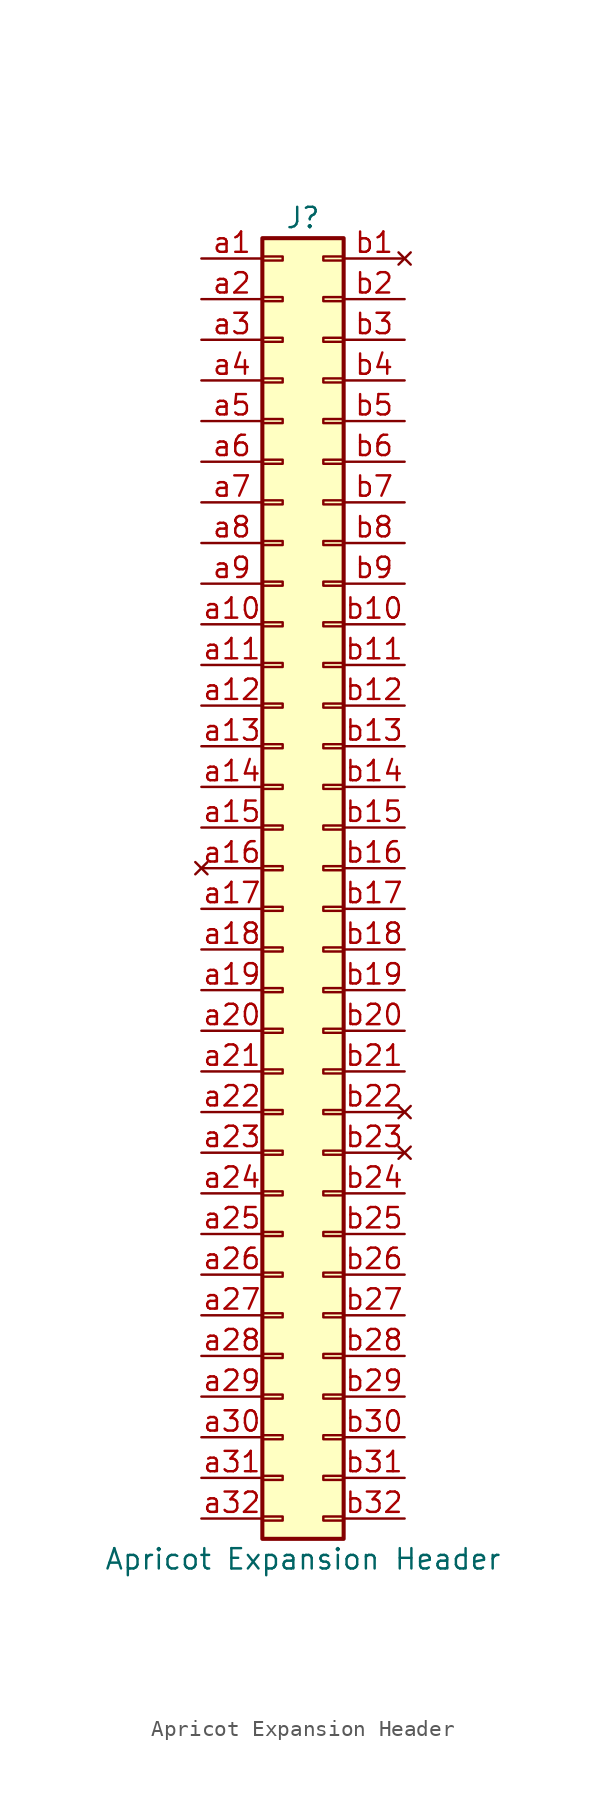
<source format=kicad_sym>
(kicad_symbol_lib
  (version 20211014)
  (generator kicad_symbol_editor)
  (symbol "Apricot Expansion Header"
    (pin_names
      (offset 1.016) hide)
    (property "Reference" "J"
      (at 1.27 40.64 0)
      (effects (font (size 1.27 1.27))))
    (property "Value" "Apricot Expansion Header"
      (at 1.27 -43.18 0)
      (effects (font (size 1.27 1.27))))
    (symbol "Apricot Expansion Header_1_1"
      (rectangle (start -1.27 -40.513) (end 0 -40.767) (stroke (width 0.152) (type default) (color 0 0 0 0)) (fill (type none)))
      (rectangle (start -1.27 -37.973) (end 0 -38.227) (stroke (width 0.152) (type default) (color 0 0 0 0)) (fill (type none)))
      (rectangle (start -1.27 -35.433) (end 0 -35.687) (stroke (width 0.152) (type default) (color 0 0 0 0)) (fill (type none)))
      (rectangle (start -1.27 -32.893) (end 0 -33.147) (stroke (width 0.152) (type default) (color 0 0 0 0)) (fill (type none)))
      (rectangle (start -1.27 -30.353) (end 0 -30.607) (stroke (width 0.152) (type default) (color 0 0 0 0)) (fill (type none)))
      (rectangle (start -1.27 -27.813) (end 0 -28.067) (stroke (width 0.152) (type default) (color 0 0 0 0)) (fill (type none)))
      (rectangle (start -1.27 -25.273) (end 0 -25.527) (stroke (width 0.152) (type default) (color 0 0 0 0)) (fill (type none)))
      (rectangle (start -1.27 -22.733) (end 0 -22.987) (stroke (width 0.152) (type default) (color 0 0 0 0)) (fill (type none)))
      (rectangle (start -1.27 -20.193) (end 0 -20.447) (stroke (width 0.152) (type default) (color 0 0 0 0)) (fill (type none)))
      (rectangle (start -1.27 -17.653) (end 0 -17.907) (stroke (width 0.152) (type default) (color 0 0 0 0)) (fill (type none)))
      (rectangle (start -1.27 -15.113) (end 0 -15.367) (stroke (width 0.152) (type default) (color 0 0 0 0)) (fill (type none)))
      (rectangle (start -1.27 -12.573) (end 0 -12.827) (stroke (width 0.152) (type default) (color 0 0 0 0)) (fill (type none)))
      (rectangle (start -1.27 -10.033) (end 0 -10.287) (stroke (width 0.152) (type default) (color 0 0 0 0)) (fill (type none)))
      (rectangle (start -1.27 -7.493) (end 0 -7.747) (stroke (width 0.152) (type default) (color 0 0 0 0)) (fill (type none)))
      (rectangle (start -1.27 -4.953) (end 0 -5.207) (stroke (width 0.152) (type default) (color 0 0 0 0)) (fill (type none)))
      (rectangle (start -1.27 -2.413) (end 0 -2.667) (stroke (width 0.152) (type default) (color 0 0 0 0)) (fill (type none)))
      (rectangle (start -1.27 0.127) (end 0 -0.127) (stroke (width 0.152) (type default) (color 0 0 0 0)) (fill (type none)))
      (rectangle (start -1.27 2.667) (end 0 2.413) (stroke (width 0.152) (type default) (color 0 0 0 0)) (fill (type none)))
      (rectangle (start -1.27 5.207) (end 0 4.953) (stroke (width 0.152) (type default) (color 0 0 0 0)) (fill (type none)))
      (rectangle (start -1.27 7.747) (end 0 7.493) (stroke (width 0.152) (type default) (color 0 0 0 0)) (fill (type none)))
      (rectangle (start -1.27 10.287) (end 0 10.033) (stroke (width 0.152) (type default) (color 0 0 0 0)) (fill (type none)))
      (rectangle (start -1.27 12.827) (end 0 12.573) (stroke (width 0.152) (type default) (color 0 0 0 0)) (fill (type none)))
      (rectangle (start -1.27 15.367) (end 0 15.113) (stroke (width 0.152) (type default) (color 0 0 0 0)) (fill (type none)))
      (rectangle (start -1.27 17.907) (end 0 17.653) (stroke (width 0.152) (type default) (color 0 0 0 0)) (fill (type none)))
      (rectangle (start -1.27 20.447) (end 0 20.193) (stroke (width 0.152) (type default) (color 0 0 0 0)) (fill (type none)))
      (rectangle (start -1.27 22.987) (end 0 22.733) (stroke (width 0.152) (type default) (color 0 0 0 0)) (fill (type none)))
      (rectangle (start -1.27 25.527) (end 0 25.273) (stroke (width 0.152) (type default) (color 0 0 0 0)) (fill (type none)))
      (rectangle (start -1.27 28.067) (end 0 27.813) (stroke (width 0.152) (type default) (color 0 0 0 0)) (fill (type none)))
      (rectangle (start -1.27 30.607) (end 0 30.353) (stroke (width 0.152) (type default) (color 0 0 0 0)) (fill (type none)))
      (rectangle (start -1.27 33.147) (end 0 32.893) (stroke (width 0.152) (type default) (color 0 0 0 0)) (fill (type none)))
      (rectangle (start -1.27 35.687) (end 0 35.433) (stroke (width 0.152) (type default) (color 0 0 0 0)) (fill (type none)))
      (rectangle (start -1.27 38.227) (end 0 37.973) (stroke (width 0.152) (type default) (color 0 0 0 0)) (fill (type none)))
      (rectangle (start -1.27 39.37) (end 3.81 -41.91) (stroke (width 0.254) (type default) (color 0 0 0 0)) (fill (type background)))
      (rectangle (start 3.81 -40.513) (end 2.54 -40.767) (stroke (width 0.152) (type default) (color 0 0 0 0)) (fill (type none)))
      (rectangle (start 3.81 -37.973) (end 2.54 -38.227) (stroke (width 0.152) (type default) (color 0 0 0 0)) (fill (type none)))
      (rectangle (start 3.81 -35.433) (end 2.54 -35.687) (stroke (width 0.152) (type default) (color 0 0 0 0)) (fill (type none)))
      (rectangle (start 3.81 -32.893) (end 2.54 -33.147) (stroke (width 0.152) (type default) (color 0 0 0 0)) (fill (type none)))
      (rectangle (start 3.81 -30.353) (end 2.54 -30.607) (stroke (width 0.152) (type default) (color 0 0 0 0)) (fill (type none)))
      (rectangle (start 3.81 -27.813) (end 2.54 -28.067) (stroke (width 0.152) (type default) (color 0 0 0 0)) (fill (type none)))
      (rectangle (start 3.81 -25.273) (end 2.54 -25.527) (stroke (width 0.152) (type default) (color 0 0 0 0)) (fill (type none)))
      (rectangle (start 3.81 -22.733) (end 2.54 -22.987) (stroke (width 0.152) (type default) (color 0 0 0 0)) (fill (type none)))
      (rectangle (start 3.81 -20.193) (end 2.54 -20.447) (stroke (width 0.152) (type default) (color 0 0 0 0)) (fill (type none)))
      (rectangle (start 3.81 -17.653) (end 2.54 -17.907) (stroke (width 0.152) (type default) (color 0 0 0 0)) (fill (type none)))
      (rectangle (start 3.81 -15.113) (end 2.54 -15.367) (stroke (width 0.152) (type default) (color 0 0 0 0)) (fill (type none)))
      (rectangle (start 3.81 -12.573) (end 2.54 -12.827) (stroke (width 0.152) (type default) (color 0 0 0 0)) (fill (type none)))
      (rectangle (start 3.81 -10.033) (end 2.54 -10.287) (stroke (width 0.152) (type default) (color 0 0 0 0)) (fill (type none)))
      (rectangle (start 3.81 -7.493) (end 2.54 -7.747) (stroke (width 0.152) (type default) (color 0 0 0 0)) (fill (type none)))
      (rectangle (start 3.81 -4.953) (end 2.54 -5.207) (stroke (width 0.152) (type default) (color 0 0 0 0)) (fill (type none)))
      (rectangle (start 3.81 -2.413) (end 2.54 -2.667) (stroke (width 0.152) (type default) (color 0 0 0 0)) (fill (type none)))
      (rectangle (start 3.81 0.127) (end 2.54 -0.127) (stroke (width 0.152) (type default) (color 0 0 0 0)) (fill (type none)))
      (rectangle (start 3.81 2.667) (end 2.54 2.413) (stroke (width 0.152) (type default) (color 0 0 0 0)) (fill (type none)))
      (rectangle (start 3.81 5.207) (end 2.54 4.953) (stroke (width 0.152) (type default) (color 0 0 0 0)) (fill (type none)))
      (rectangle (start 3.81 7.747) (end 2.54 7.493) (stroke (width 0.152) (type default) (color 0 0 0 0)) (fill (type none)))
      (rectangle (start 3.81 10.287) (end 2.54 10.033) (stroke (width 0.152) (type default) (color 0 0 0 0)) (fill (type none)))
      (rectangle (start 3.81 12.827) (end 2.54 12.573) (stroke (width 0.152) (type default) (color 0 0 0 0)) (fill (type none)))
      (rectangle (start 3.81 15.367) (end 2.54 15.113) (stroke (width 0.152) (type default) (color 0 0 0 0)) (fill (type none)))
      (rectangle (start 3.81 17.907) (end 2.54 17.653) (stroke (width 0.152) (type default) (color 0 0 0 0)) (fill (type none)))
      (rectangle (start 3.81 20.447) (end 2.54 20.193) (stroke (width 0.152) (type default) (color 0 0 0 0)) (fill (type none)))
      (rectangle (start 3.81 22.987) (end 2.54 22.733) (stroke (width 0.152) (type default) (color 0 0 0 0)) (fill (type none)))
      (rectangle (start 3.81 25.527) (end 2.54 25.273) (stroke (width 0.152) (type default) (color 0 0 0 0)) (fill (type none)))
      (rectangle (start 3.81 28.067) (end 2.54 27.813) (stroke (width 0.152) (type default) (color 0 0 0 0)) (fill (type none)))
      (rectangle (start 3.81 30.607) (end 2.54 30.353) (stroke (width 0.152) (type default) (color 0 0 0 0)) (fill (type none)))
      (rectangle (start 3.81 33.147) (end 2.54 32.893) (stroke (width 0.152) (type default) (color 0 0 0 0)) (fill (type none)))
      (rectangle (start 3.81 35.687) (end 2.54 35.433) (stroke (width 0.152) (type default) (color 0 0 0 0)) (fill (type none)))
      (rectangle (start 3.81 38.227) (end 2.54 37.973) (stroke (width 0.152) (type default) (color 0 0 0 0)) (fill (type none)))
      (pin passive line (at -5.08 38.1 0) (length 3.81) (name "Pin_a1" (effects (font (size 1.27 1.27)))) (number "a1" (effects (font (size 1.27 1.27)))))
      (pin passive line (at -5.08 15.24 0) (length 3.81) (name "Pin_a10" (effects (font (size 1.27 1.27)))) (number "a10" (effects (font (size 1.27 1.27)))))
      (pin passive line (at -5.08 12.7 0) (length 3.81) (name "Pin_a11" (effects (font (size 1.27 1.27)))) (number "a11" (effects (font (size 1.27 1.27)))))
      (pin passive line (at -5.08 10.16 0) (length 3.81) (name "Pin_a12" (effects (font (size 1.27 1.27)))) (number "a12" (effects (font (size 1.27 1.27)))))
      (pin passive line (at -5.08 7.62 0) (length 3.81) (name "Pin_a13" (effects (font (size 1.27 1.27)))) (number "a13" (effects (font (size 1.27 1.27)))))
      (pin passive line (at -5.08 5.08 0) (length 3.81) (name "Pin_a14" (effects (font (size 1.27 1.27)))) (number "a14" (effects (font (size 1.27 1.27)))))
      (pin passive line (at -5.08 2.54 0) (length 3.81) (name "Pin_a15" (effects (font (size 1.27 1.27)))) (number "a15" (effects (font (size 1.27 1.27)))))
      (pin no_connect line (at -5.08 0 0) (length 3.81) (name "Pin_a16" (effects (font (size 1.27 1.27)))) (number "a16" (effects (font (size 1.27 1.27)))))
      (pin passive line (at -5.08 -2.54 0) (length 3.81) (name "Pin_a17" (effects (font (size 1.27 1.27)))) (number "a17" (effects (font (size 1.27 1.27)))))
      (pin power_out line (at -5.08 -5.08 0) (length 3.81) (name "Pin_a18" (effects (font (size 1.27 1.27)))) (number "a18" (effects (font (size 1.27 1.27)))))
      (pin passive line (at -5.08 -7.62 0) (length 3.81) (name "Pin_a19" (effects (font (size 1.27 1.27)))) (number "a19" (effects (font (size 1.27 1.27)))))
      (pin passive line (at -5.08 35.56 0) (length 3.81) (name "Pin_a2" (effects (font (size 1.27 1.27)))) (number "a2" (effects (font (size 1.27 1.27)))))
      (pin passive line (at -5.08 -10.16 0) (length 3.81) (name "Pin_a20" (effects (font (size 1.27 1.27)))) (number "a20" (effects (font (size 1.27 1.27)))))
      (pin passive line (at -5.08 -12.7 0) (length 3.81) (name "Pin_a21" (effects (font (size 1.27 1.27)))) (number "a21" (effects (font (size 1.27 1.27)))))
      (pin passive line (at -5.08 -15.24 0) (length 3.81) (name "Pin_a22" (effects (font (size 1.27 1.27)))) (number "a22" (effects (font (size 1.27 1.27)))))
      (pin passive line (at -5.08 -17.78 0) (length 3.81) (name "Pin_a23" (effects (font (size 1.27 1.27)))) (number "a23" (effects (font (size 1.27 1.27)))))
      (pin passive line (at -5.08 -20.32 0) (length 3.81) (name "Pin_a24" (effects (font (size 1.27 1.27)))) (number "a24" (effects (font (size 1.27 1.27)))))
      (pin passive line (at -5.08 -22.86 0) (length 3.81) (name "Pin_a25" (effects (font (size 1.27 1.27)))) (number "a25" (effects (font (size 1.27 1.27)))))
      (pin passive line (at -5.08 -25.4 0) (length 3.81) (name "Pin_a26" (effects (font (size 1.27 1.27)))) (number "a26" (effects (font (size 1.27 1.27)))))
      (pin passive line (at -5.08 -27.94 0) (length 3.81) (name "Pin_a27" (effects (font (size 1.27 1.27)))) (number "a27" (effects (font (size 1.27 1.27)))))
      (pin passive line (at -5.08 -30.48 0) (length 3.81) (name "Pin_a28" (effects (font (size 1.27 1.27)))) (number "a28" (effects (font (size 1.27 1.27)))))
      (pin passive line (at -5.08 -33.02 0) (length 3.81) (name "Pin_a29" (effects (font (size 1.27 1.27)))) (number "a29" (effects (font (size 1.27 1.27)))))
      (pin passive line (at -5.08 33.02 0) (length 3.81) (name "Pin_a3" (effects (font (size 1.27 1.27)))) (number "a3" (effects (font (size 1.27 1.27)))))
      (pin passive line (at -5.08 -35.56 0) (length 3.81) (name "Pin_a30" (effects (font (size 1.27 1.27)))) (number "a30" (effects (font (size 1.27 1.27)))))
      (pin power_out line (at -5.08 -38.1 0) (length 3.81) (name "Pin_a31" (effects (font (size 1.27 1.27)))) (number "a31" (effects (font (size 1.27 1.27)))))
      (pin power_out line (at -5.08 -40.64 0) (length 3.81) (name "Pin_a32" (effects (font (size 1.27 1.27)))) (number "a32" (effects (font (size 1.27 1.27)))))
      (pin passive line (at -5.08 30.48 0) (length 3.81) (name "Pin_a4" (effects (font (size 1.27 1.27)))) (number "a4" (effects (font (size 1.27 1.27)))))
      (pin passive line (at -5.08 27.94 0) (length 3.81) (name "Pin_a5" (effects (font (size 1.27 1.27)))) (number "a5" (effects (font (size 1.27 1.27)))))
      (pin passive line (at -5.08 25.4 0) (length 3.81) (name "Pin_a6" (effects (font (size 1.27 1.27)))) (number "a6" (effects (font (size 1.27 1.27)))))
      (pin passive line (at -5.08 22.86 0) (length 3.81) (name "Pin_a7" (effects (font (size 1.27 1.27)))) (number "a7" (effects (font (size 1.27 1.27)))))
      (pin passive line (at -5.08 20.32 0) (length 3.81) (name "Pin_a8" (effects (font (size 1.27 1.27)))) (number "a8" (effects (font (size 1.27 1.27)))))
      (pin passive line (at -5.08 17.78 0) (length 3.81) (name "Pin_a9" (effects (font (size 1.27 1.27)))) (number "a9" (effects (font (size 1.27 1.27)))))
      (pin no_connect line (at 7.62 38.1 180) (length 3.81) (name "Pin_b1" (effects (font (size 1.27 1.27)))) (number "b1" (effects (font (size 1.27 1.27)))))
      (pin passive line (at 7.62 15.24 180) (length 3.81) (name "Pin_b10" (effects (font (size 1.27 1.27)))) (number "b10" (effects (font (size 1.27 1.27)))))
      (pin passive line (at 7.62 12.7 180) (length 3.81) (name "Pin_b11" (effects (font (size 1.27 1.27)))) (number "b11" (effects (font (size 1.27 1.27)))))
      (pin passive line (at 7.62 10.16 180) (length 3.81) (name "Pin_b12" (effects (font (size 1.27 1.27)))) (number "b12" (effects (font (size 1.27 1.27)))))
      (pin passive line (at 7.62 7.62 180) (length 3.81) (name "Pin_b13" (effects (font (size 1.27 1.27)))) (number "b13" (effects (font (size 1.27 1.27)))))
      (pin passive line (at 7.62 5.08 180) (length 3.81) (name "Pin_b14" (effects (font (size 1.27 1.27)))) (number "b14" (effects (font (size 1.27 1.27)))))
      (pin passive line (at 7.62 2.54 180) (length 3.81) (name "Pin_b15" (effects (font (size 1.27 1.27)))) (number "b15" (effects (font (size 1.27 1.27)))))
      (pin passive line (at 7.62 0 180) (length 3.81) (name "Pin_b16" (effects (font (size 1.27 1.27)))) (number "b16" (effects (font (size 1.27 1.27)))))
      (pin passive line (at 7.62 -2.54 180) (length 3.81) (name "Pin_b17" (effects (font (size 1.27 1.27)))) (number "b17" (effects (font (size 1.27 1.27)))))
      (pin passive line (at 7.62 -5.08 180) (length 3.81) (name "Pin_b18" (effects (font (size 1.27 1.27)))) (number "b18" (effects (font (size 1.27 1.27)))))
      (pin power_out line (at 7.62 -7.62 180) (length 3.81) (name "Pin_b19" (effects (font (size 1.27 1.27)))) (number "b19" (effects (font (size 1.27 1.27)))))
      (pin passive line (at 7.62 35.56 180) (length 3.81) (name "Pin_b2" (effects (font (size 1.27 1.27)))) (number "b2" (effects (font (size 1.27 1.27)))))
      (pin passive line (at 7.62 -10.16 180) (length 3.81) (name "Pin_b20" (effects (font (size 1.27 1.27)))) (number "b20" (effects (font (size 1.27 1.27)))))
      (pin passive line (at 7.62 -12.7 180) (length 3.81) (name "Pin_b21" (effects (font (size 1.27 1.27)))) (number "b21" (effects (font (size 1.27 1.27)))))
      (pin no_connect line (at 7.62 -15.24 180) (length 3.81) (name "Pin_b22" (effects (font (size 1.27 1.27)))) (number "b22" (effects (font (size 1.27 1.27)))))
      (pin no_connect line (at 7.62 -17.78 180) (length 3.81) (name "Pin_b23" (effects (font (size 1.27 1.27)))) (number "b23" (effects (font (size 1.27 1.27)))))
      (pin passive line (at 7.62 -20.32 180) (length 3.81) (name "Pin_b24" (effects (font (size 1.27 1.27)))) (number "b24" (effects (font (size 1.27 1.27)))))
      (pin passive line (at 7.62 -22.86 180) (length 3.81) (name "Pin_b25" (effects (font (size 1.27 1.27)))) (number "b25" (effects (font (size 1.27 1.27)))))
      (pin passive line (at 7.62 -25.4 180) (length 3.81) (name "Pin_b26" (effects (font (size 1.27 1.27)))) (number "b26" (effects (font (size 1.27 1.27)))))
      (pin passive line (at 7.62 -27.94 180) (length 3.81) (name "Pin_b27" (effects (font (size 1.27 1.27)))) (number "b27" (effects (font (size 1.27 1.27)))))
      (pin passive line (at 7.62 -30.48 180) (length 3.81) (name "Pin_b28" (effects (font (size 1.27 1.27)))) (number "b28" (effects (font (size 1.27 1.27)))))
      (pin passive line (at 7.62 -33.02 180) (length 3.81) (name "Pin_b29" (effects (font (size 1.27 1.27)))) (number "b29" (effects (font (size 1.27 1.27)))))
      (pin passive line (at 7.62 33.02 180) (length 3.81) (name "Pin_b3" (effects (font (size 1.27 1.27)))) (number "b3" (effects (font (size 1.27 1.27)))))
      (pin passive line (at 7.62 -35.56 180) (length 3.81) (name "Pin_b30" (effects (font (size 1.27 1.27)))) (number "b30" (effects (font (size 1.27 1.27)))))
      (pin power_out line (at 7.62 -38.1 180) (length 3.81) (name "Pin_b31" (effects (font (size 1.27 1.27)))) (number "b31" (effects (font (size 1.27 1.27)))))
      (pin power_out line (at 7.62 -40.64 180) (length 3.81) (name "Pin_b32" (effects (font (size 1.27 1.27)))) (number "b32" (effects (font (size 1.27 1.27)))))
      (pin passive line (at 7.62 30.48 180) (length 3.81) (name "Pin_b4" (effects (font (size 1.27 1.27)))) (number "b4" (effects (font (size 1.27 1.27)))))
      (pin passive line (at 7.62 27.94 180) (length 3.81) (name "Pin_b5" (effects (font (size 1.27 1.27)))) (number "b5" (effects (font (size 1.27 1.27)))))
      (pin passive line (at 7.62 25.4 180) (length 3.81) (name "Pin_b6" (effects (font (size 1.27 1.27)))) (number "b6" (effects (font (size 1.27 1.27)))))
      (pin passive line (at 7.62 22.86 180) (length 3.81) (name "Pin_b7" (effects (font (size 1.27 1.27)))) (number "b7" (effects (font (size 1.27 1.27)))))
      (pin passive line (at 7.62 20.32 180) (length 3.81) (name "Pin_b8" (effects (font (size 1.27 1.27)))) (number "b8" (effects (font (size 1.27 1.27)))))
      (pin passive line (at 7.62 17.78 180) (length 3.81) (name "Pin_b9" (effects (font (size 1.27 1.27)))) (number "b9" (effects (font (size 1.27 1.27))))))))
</source>
